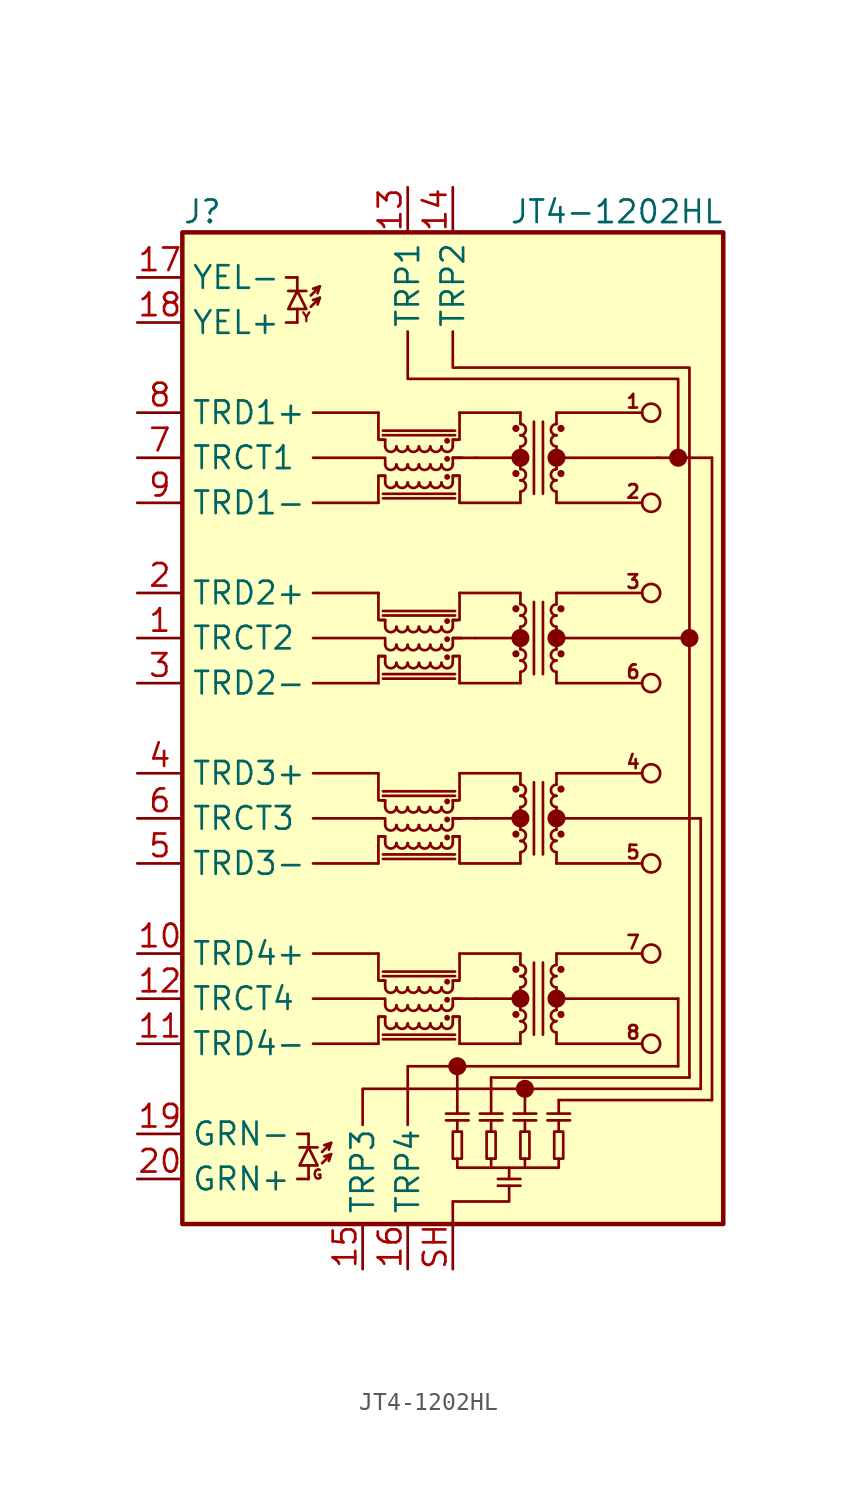
<source format=kicad_sym>
(kicad_symbol_lib
  (version 20231120)
  (generator "kicad_symbol_editor")
  (generator_version "8.0")
  (symbol "JT4-1202HL"
    (property "Reference" "J"
      (at 2.54 4.445 0)
      (effects (font (size 1.27 1.27)) (justify left top)))
    (property "Value" "JT4-1202HL"
      (at 20.955 4.445 0)
      (effects (font (size 1.27 1.27)) (justify left top)))
    (symbol "JT4-1202HL_0_0"
      (circle (center 18.034 -44.45) (radius 0.0001) (stroke (width 0.508) (type default)) (fill (type none)))
      (circle (center 21.59 -40.64) (radius 0.0001) (stroke (width 0.508) (type default)) (fill (type none)))
      (circle (center 21.59 -30.48) (radius 0.0001) (stroke (width 0.508) (type default)) (fill (type none)))
      (circle (center 21.59 -20.32) (radius 0.0001) (stroke (width 0.508) (type default)) (fill (type none)))
      (circle (center 21.59 -10.16) (radius 0.0001) (stroke (width 0.508) (type default)) (fill (type none)))
      (circle (center 21.844 -45.72) (radius 0.0001) (stroke (width 0.508) (type default)) (fill (type none)))
      (circle (center 23.622 -40.64) (radius 0.0001) (stroke (width 0.508) (type default)) (fill (type none)))
      (circle (center 23.622 -30.48) (radius 0.0001) (stroke (width 0.508) (type default)) (fill (type none)))
      (circle (center 23.622 -20.32) (radius 0.0001) (stroke (width 0.508) (type default)) (fill (type none)))
      (circle (center 23.622 -10.16) (radius 0.0001) (stroke (width 0.508) (type default)) (fill (type none)))
      (circle (center 30.48 -10.16) (radius 0.0001) (stroke (width 0.508) (type default)) (fill (type none)))
      (circle (center 31.115 -20.32) (radius 0.0001) (stroke (width 0.508) (type default)) (fill (type none)))
      (text "1" (at 27.94 -6.985 0) (effects (font (size 0.762 0.762))))
      (text "2" (at 27.94 -12.065 0) (effects (font (size 0.762 0.762))))
      (text "3" (at 27.94 -17.145 0) (effects (font (size 0.762 0.762))))
      (text "4" (at 27.94 -27.305 0) (effects (font (size 0.762 0.762))))
      (text "5" (at 27.94 -32.385 0) (effects (font (size 0.762 0.762))))
      (text "6" (at 27.94 -22.225 0) (effects (font (size 0.762 0.762))))
      (text "7" (at 27.94 -37.465 0) (effects (font (size 0.762 0.762))))
      (text "8" (at 27.94 -42.545 0) (effects (font (size 0.762 0.762))))
      (text "G" (at 10.16 -50.546 0) (effects (font (size 0.508 0.508)))))
    (symbol "JT4-1202HL_0_1"
      (polyline (pts (xy 9.906 -43.18) (xy 13.589 -43.18)) (stroke (width 0) (type default)) (fill (type none)))
      (polyline (pts (xy 9.906 -38.1) (xy 13.589 -38.1)) (stroke (width 0) (type default)) (fill (type none)))
      (polyline (pts (xy 9.906 -33.02) (xy 13.589 -33.02)) (stroke (width 0) (type default)) (fill (type none)))
      (polyline (pts (xy 9.906 -27.94) (xy 13.589 -27.94)) (stroke (width 0) (type default)) (fill (type none)))
      (polyline (pts (xy 9.906 -22.86) (xy 13.589 -22.86)) (stroke (width 0) (type default)) (fill (type none)))
      (polyline (pts (xy 9.906 -17.78) (xy 13.589 -17.78)) (stroke (width 0) (type default)) (fill (type none)))
      (polyline (pts (xy 9.906 -12.7) (xy 13.589 -12.7)) (stroke (width 0) (type default)) (fill (type none)))
      (polyline (pts (xy 9.906 -7.62) (xy 13.589 -7.62)) (stroke (width 0) (type default)) (fill (type none)))
      (polyline (pts (xy 17.399 -47.498) (xy 18.669 -47.498)) (stroke (width 0.152) (type default)) (fill (type none)))
      (polyline (pts (xy 17.399 -47.117) (xy 18.669 -47.117)) (stroke (width 0.152) (type default)) (fill (type none)))
      (polyline (pts (xy 17.78 -53.34) (xy 17.78 -52.07)) (stroke (width 0.152) (type default)) (fill (type none)))
      (polyline (pts (xy 17.78 -40.64) (xy 19.05 -40.64)) (stroke (width 0) (type default)) (fill (type none)))
      (polyline (pts (xy 17.78 -30.48) (xy 19.05 -30.48)) (stroke (width 0) (type default)) (fill (type none)))
      (polyline (pts (xy 17.78 -20.32) (xy 19.05 -20.32)) (stroke (width 0) (type default)) (fill (type none)))
      (polyline (pts (xy 17.78 -10.16) (xy 19.05 -10.16)) (stroke (width 0) (type default)) (fill (type none)))
      (polyline (pts (xy 17.907 -42.926) (xy 13.843 -42.926)) (stroke (width 0) (type default)) (fill (type none)))
      (polyline (pts (xy 17.907 -42.672) (xy 13.843 -42.672)) (stroke (width 0) (type default)) (fill (type none)))
      (polyline (pts (xy 17.907 -39.37) (xy 13.843 -39.37)) (stroke (width 0) (type default)) (fill (type none)))
      (polyline (pts (xy 17.907 -39.116) (xy 13.843 -39.116)) (stroke (width 0) (type default)) (fill (type none)))
      (polyline (pts (xy 17.907 -32.766) (xy 13.843 -32.766)) (stroke (width 0) (type default)) (fill (type none)))
      (polyline (pts (xy 17.907 -32.512) (xy 13.843 -32.512)) (stroke (width 0) (type default)) (fill (type none)))
      (polyline (pts (xy 17.907 -29.21) (xy 13.843 -29.21)) (stroke (width 0) (type default)) (fill (type none)))
      (polyline (pts (xy 17.907 -28.956) (xy 13.843 -28.956)) (stroke (width 0) (type default)) (fill (type none)))
      (polyline (pts (xy 17.907 -22.606) (xy 13.843 -22.606)) (stroke (width 0) (type default)) (fill (type none)))
      (polyline (pts (xy 17.907 -22.352) (xy 13.843 -22.352)) (stroke (width 0) (type default)) (fill (type none)))
      (polyline (pts (xy 17.907 -19.05) (xy 13.843 -19.05)) (stroke (width 0) (type default)) (fill (type none)))
      (polyline (pts (xy 17.907 -18.796) (xy 13.843 -18.796)) (stroke (width 0) (type default)) (fill (type none)))
      (polyline (pts (xy 17.907 -12.446) (xy 13.843 -12.446)) (stroke (width 0) (type default)) (fill (type none)))
      (polyline (pts (xy 17.907 -12.192) (xy 13.843 -12.192)) (stroke (width 0) (type default)) (fill (type none)))
      (polyline (pts (xy 17.907 -8.89) (xy 13.843 -8.89)) (stroke (width 0) (type default)) (fill (type none)))
      (polyline (pts (xy 17.907 -8.636) (xy 13.843 -8.636)) (stroke (width 0) (type default)) (fill (type none)))
      (polyline (pts (xy 18.034 -47.117) (xy 18.034 -44.45)) (stroke (width 0.152) (type default)) (fill (type none)))
      (polyline (pts (xy 18.034 -44.45) (xy 30.48 -44.45)) (stroke (width 0) (type default)) (fill (type none)))
      (polyline (pts (xy 18.161 -43.18) (xy 21.59 -43.18)) (stroke (width 0) (type default)) (fill (type none)))
      (polyline (pts (xy 18.161 -38.1) (xy 21.59 -38.1)) (stroke (width 0) (type default)) (fill (type none)))
      (polyline (pts (xy 18.161 -33.02) (xy 21.59 -33.02)) (stroke (width 0) (type default)) (fill (type none)))
      (polyline (pts (xy 18.161 -27.94) (xy 21.59 -27.94)) (stroke (width 0) (type default)) (fill (type none)))
      (polyline (pts (xy 18.161 -22.86) (xy 21.59 -22.86)) (stroke (width 0) (type default)) (fill (type none)))
      (polyline (pts (xy 18.161 -17.78) (xy 21.59 -17.78)) (stroke (width 0) (type default)) (fill (type none)))
      (polyline (pts (xy 18.161 -12.7) (xy 21.59 -12.7)) (stroke (width 0) (type default)) (fill (type none)))
      (polyline (pts (xy 18.161 -7.62) (xy 21.59 -7.62)) (stroke (width 0) (type default)) (fill (type none)))
      (polyline (pts (xy 19.05 -40.64) (xy 21.59 -40.64)) (stroke (width 0) (type default)) (fill (type none)))
      (polyline (pts (xy 19.05 -30.48) (xy 21.59 -30.48)) (stroke (width 0) (type default)) (fill (type none)))
      (polyline (pts (xy 19.05 -20.32) (xy 21.59 -20.32)) (stroke (width 0) (type default)) (fill (type none)))
      (polyline (pts (xy 19.05 -10.16) (xy 21.59 -10.16)) (stroke (width 0) (type default)) (fill (type none)))
      (polyline (pts (xy 19.304 -47.498) (xy 20.574 -47.498)) (stroke (width 0.152) (type default)) (fill (type none)))
      (polyline (pts (xy 19.304 -47.117) (xy 20.574 -47.117)) (stroke (width 0.152) (type default)) (fill (type none)))
      (polyline (pts (xy 19.939 -49.657) (xy 19.939 -50.165)) (stroke (width 0.152) (type default)) (fill (type none)))
      (polyline (pts (xy 19.939 -47.117) (xy 19.939 -45.085)) (stroke (width 0.152) (type default)) (fill (type none)))
      (polyline (pts (xy 21.209 -47.498) (xy 22.479 -47.498)) (stroke (width 0.152) (type default)) (fill (type none)))
      (polyline (pts (xy 21.209 -47.117) (xy 22.479 -47.117)) (stroke (width 0.152) (type default)) (fill (type none)))
      (polyline (pts (xy 21.59 -51.181) (xy 20.32 -51.181)) (stroke (width 0.152) (type default)) (fill (type none)))
      (polyline (pts (xy 21.59 -50.8) (xy 20.32 -50.8)) (stroke (width 0.152) (type default)) (fill (type none)))
      (polyline (pts (xy 21.59 -43.18) (xy 21.59 -42.545)) (stroke (width 0) (type default)) (fill (type none)))
      (polyline (pts (xy 21.59 -40.64) (xy 21.59 -41.275)) (stroke (width 0) (type default)) (fill (type none)))
      (polyline (pts (xy 21.59 -40.64) (xy 21.59 -40.005)) (stroke (width 0) (type default)) (fill (type none)))
      (polyline (pts (xy 21.59 -38.1) (xy 21.59 -38.735)) (stroke (width 0) (type default)) (fill (type none)))
      (polyline (pts (xy 21.59 -33.02) (xy 21.59 -32.385)) (stroke (width 0) (type default)) (fill (type none)))
      (polyline (pts (xy 21.59 -30.48) (xy 21.59 -31.115)) (stroke (width 0) (type default)) (fill (type none)))
      (polyline (pts (xy 21.59 -30.48) (xy 21.59 -29.845)) (stroke (width 0) (type default)) (fill (type none)))
      (polyline (pts (xy 21.59 -27.94) (xy 21.59 -28.575)) (stroke (width 0) (type default)) (fill (type none)))
      (polyline (pts (xy 21.59 -22.86) (xy 21.59 -22.225)) (stroke (width 0) (type default)) (fill (type none)))
      (polyline (pts (xy 21.59 -20.32) (xy 21.59 -20.955)) (stroke (width 0) (type default)) (fill (type none)))
      (polyline (pts (xy 21.59 -20.32) (xy 21.59 -19.685)) (stroke (width 0) (type default)) (fill (type none)))
      (polyline (pts (xy 21.59 -17.78) (xy 21.59 -18.415)) (stroke (width 0) (type default)) (fill (type none)))
      (polyline (pts (xy 21.59 -12.7) (xy 21.59 -12.065)) (stroke (width 0) (type default)) (fill (type none)))
      (polyline (pts (xy 21.59 -10.16) (xy 21.59 -10.795)) (stroke (width 0) (type default)) (fill (type none)))
      (polyline (pts (xy 21.59 -10.16) (xy 21.59 -9.525)) (stroke (width 0) (type default)) (fill (type none)))
      (polyline (pts (xy 21.59 -7.62) (xy 21.59 -8.255)) (stroke (width 0) (type default)) (fill (type none)))
      (polyline (pts (xy 21.844 -49.657) (xy 21.844 -50.165)) (stroke (width 0.152) (type default)) (fill (type none)))
      (polyline (pts (xy 21.844 -47.117) (xy 21.844 -45.72)) (stroke (width 0.152) (type default)) (fill (type none)))
      (polyline (pts (xy 22.352 -42.672) (xy 22.352 -38.608)) (stroke (width 0) (type default)) (fill (type none)))
      (polyline (pts (xy 22.352 -32.512) (xy 22.352 -28.448)) (stroke (width 0) (type default)) (fill (type none)))
      (polyline (pts (xy 22.352 -22.352) (xy 22.352 -18.288)) (stroke (width 0) (type default)) (fill (type none)))
      (polyline (pts (xy 22.352 -12.192) (xy 22.352 -8.128)) (stroke (width 0) (type default)) (fill (type none)))
      (polyline (pts (xy 22.86 -42.672) (xy 22.86 -38.608)) (stroke (width 0) (type default)) (fill (type none)))
      (polyline (pts (xy 22.86 -32.512) (xy 22.86 -28.448)) (stroke (width 0) (type default)) (fill (type none)))
      (polyline (pts (xy 22.86 -22.352) (xy 22.86 -18.288)) (stroke (width 0) (type default)) (fill (type none)))
      (polyline (pts (xy 22.86 -12.192) (xy 22.86 -8.128)) (stroke (width 0) (type default)) (fill (type none)))
      (polyline (pts (xy 23.114 -47.498) (xy 24.384 -47.498)) (stroke (width 0.152) (type default)) (fill (type none)))
      (polyline (pts (xy 23.114 -47.117) (xy 24.384 -47.117)) (stroke (width 0.152) (type default)) (fill (type none)))
      (polyline (pts (xy 23.622 -43.18) (xy 23.622 -42.545)) (stroke (width 0) (type default)) (fill (type none)))
      (polyline (pts (xy 23.622 -43.18) (xy 28.448 -43.18)) (stroke (width 0) (type default)) (fill (type none)))
      (polyline (pts (xy 23.622 -40.64) (xy 23.622 -41.275)) (stroke (width 0) (type default)) (fill (type none)))
      (polyline (pts (xy 23.622 -40.64) (xy 23.622 -40.005)) (stroke (width 0) (type default)) (fill (type none)))
      (polyline (pts (xy 23.622 -40.64) (xy 30.48 -40.64)) (stroke (width 0) (type default)) (fill (type none)))
      (polyline (pts (xy 23.622 -38.1) (xy 23.622 -38.735)) (stroke (width 0) (type default)) (fill (type none)))
      (polyline (pts (xy 23.622 -38.1) (xy 28.448 -38.1)) (stroke (width 0) (type default)) (fill (type none)))
      (polyline (pts (xy 23.622 -33.02) (xy 23.622 -32.385)) (stroke (width 0) (type default)) (fill (type none)))
      (polyline (pts (xy 23.622 -33.02) (xy 28.448 -33.02)) (stroke (width 0) (type default)) (fill (type none)))
      (polyline (pts (xy 23.622 -30.48) (xy 23.622 -31.115)) (stroke (width 0) (type default)) (fill (type none)))
      (polyline (pts (xy 23.622 -30.48) (xy 23.622 -29.845)) (stroke (width 0) (type default)) (fill (type none)))
      (polyline (pts (xy 23.622 -30.48) (xy 31.75 -30.48)) (stroke (width 0) (type default)) (fill (type none)))
      (polyline (pts (xy 23.622 -27.94) (xy 23.622 -28.575)) (stroke (width 0) (type default)) (fill (type none)))
      (polyline (pts (xy 23.622 -27.94) (xy 28.448 -27.94)) (stroke (width 0) (type default)) (fill (type none)))
      (polyline (pts (xy 23.622 -22.86) (xy 23.622 -22.225)) (stroke (width 0) (type default)) (fill (type none)))
      (polyline (pts (xy 23.622 -22.86) (xy 28.448 -22.86)) (stroke (width 0) (type default)) (fill (type none)))
      (polyline (pts (xy 23.622 -20.32) (xy 23.622 -20.955)) (stroke (width 0) (type default)) (fill (type none)))
      (polyline (pts (xy 23.622 -20.32) (xy 23.622 -19.685)) (stroke (width 0) (type default)) (fill (type none)))
      (polyline (pts (xy 23.622 -17.78) (xy 23.622 -18.415)) (stroke (width 0) (type default)) (fill (type none)))
      (polyline (pts (xy 23.622 -17.78) (xy 28.448 -17.78)) (stroke (width 0) (type default)) (fill (type none)))
      (polyline (pts (xy 23.622 -12.7) (xy 23.622 -12.065)) (stroke (width 0) (type default)) (fill (type none)))
      (polyline (pts (xy 23.622 -12.7) (xy 28.448 -12.7)) (stroke (width 0) (type default)) (fill (type none)))
      (polyline (pts (xy 23.622 -10.16) (xy 23.622 -10.795)) (stroke (width 0) (type default)) (fill (type none)))
      (polyline (pts (xy 23.622 -10.16) (xy 23.622 -9.525)) (stroke (width 0) (type default)) (fill (type none)))
      (polyline (pts (xy 23.622 -7.62) (xy 23.622 -8.255)) (stroke (width 0) (type default)) (fill (type none)))
      (polyline (pts (xy 23.622 -7.62) (xy 28.448 -7.62)) (stroke (width 0) (type default)) (fill (type none)))
      (polyline (pts (xy 23.749 -47.117) (xy 23.749 -46.355)) (stroke (width 0.152) (type default)) (fill (type none)))
      (polyline (pts (xy 29.337 -10.16) (xy 23.622 -10.16)) (stroke (width 0) (type default)) (fill (type none)))
      (polyline (pts (xy 30.48 -44.45) (xy 30.48 -40.64)) (stroke (width 0) (type default)) (fill (type none)))
      (polyline (pts (xy 31.115 -45.085) (xy 19.939 -45.085)) (stroke (width 0.152) (type default)) (fill (type none)))
      (polyline (pts (xy 31.115 -45.085) (xy 31.115 -20.32)) (stroke (width 0) (type default)) (fill (type none)))
      (polyline (pts (xy 31.115 -20.32) (xy 23.622 -20.32)) (stroke (width 0) (type default)) (fill (type none)))
      (polyline (pts (xy 31.75 -45.72) (xy 21.844 -45.72)) (stroke (width 0.152) (type default)) (fill (type none)))
      (polyline (pts (xy 31.75 -45.72) (xy 31.75 -30.48)) (stroke (width 0) (type default)) (fill (type none)))
      (polyline (pts (xy 32.385 -46.355) (xy 23.749 -46.355)) (stroke (width 0.152) (type default)) (fill (type none)))
      (polyline (pts (xy 32.385 -46.355) (xy 32.385 -10.16)) (stroke (width 0) (type default)) (fill (type none)))
      (polyline (pts (xy 32.385 -10.16) (xy 29.337 -10.16)) (stroke (width 0) (type default)) (fill (type none)))
      (polyline (pts (xy 13.97 -42.037) (xy 13.97 -41.656) (xy 13.589 -41.656)) (stroke (width 0) (type default)) (fill (type none)))
      (polyline (pts (xy 13.97 -41.656) (xy 13.589 -41.656) (xy 13.589 -43.18)) (stroke (width 0) (type default)) (fill (type none)))
      (polyline (pts (xy 13.97 -41.021) (xy 13.97 -40.64) (xy 9.906 -40.64)) (stroke (width 0) (type default)) (fill (type none)))
      (polyline (pts (xy 13.97 -40.005) (xy 13.97 -39.624) (xy 13.716 -39.624)) (stroke (width 0) (type default)) (fill (type none)))
      (polyline (pts (xy 13.97 -39.624) (xy 13.589 -39.624) (xy 13.589 -38.1)) (stroke (width 0) (type default)) (fill (type none)))
      (polyline (pts (xy 13.97 -31.877) (xy 13.97 -31.496) (xy 13.589 -31.496)) (stroke (width 0) (type default)) (fill (type none)))
      (polyline (pts (xy 13.97 -31.496) (xy 13.589 -31.496) (xy 13.589 -33.02)) (stroke (width 0) (type default)) (fill (type none)))
      (polyline (pts (xy 13.97 -30.861) (xy 13.97 -30.48) (xy 9.906 -30.48)) (stroke (width 0) (type default)) (fill (type none)))
      (polyline (pts (xy 13.97 -29.845) (xy 13.97 -29.464) (xy 13.716 -29.464)) (stroke (width 0) (type default)) (fill (type none)))
      (polyline (pts (xy 13.97 -29.464) (xy 13.589 -29.464) (xy 13.589 -27.94)) (stroke (width 0) (type default)) (fill (type none)))
      (polyline (pts (xy 13.97 -21.717) (xy 13.97 -21.336) (xy 13.589 -21.336)) (stroke (width 0) (type default)) (fill (type none)))
      (polyline (pts (xy 13.97 -21.336) (xy 13.589 -21.336) (xy 13.589 -22.86)) (stroke (width 0) (type default)) (fill (type none)))
      (polyline (pts (xy 13.97 -20.701) (xy 13.97 -20.32) (xy 9.906 -20.32)) (stroke (width 0) (type default)) (fill (type none)))
      (polyline (pts (xy 13.97 -19.685) (xy 13.97 -19.304) (xy 13.716 -19.304)) (stroke (width 0) (type default)) (fill (type none)))
      (polyline (pts (xy 13.97 -19.304) (xy 13.589 -19.304) (xy 13.589 -17.78)) (stroke (width 0) (type default)) (fill (type none)))
      (polyline (pts (xy 13.97 -11.557) (xy 13.97 -11.176) (xy 13.589 -11.176)) (stroke (width 0) (type default)) (fill (type none)))
      (polyline (pts (xy 13.97 -11.176) (xy 13.589 -11.176) (xy 13.589 -12.7)) (stroke (width 0) (type default)) (fill (type none)))
      (polyline (pts (xy 13.97 -10.541) (xy 13.97 -10.16) (xy 9.906 -10.16)) (stroke (width 0) (type default)) (fill (type none)))
      (polyline (pts (xy 13.97 -9.525) (xy 13.97 -9.144) (xy 13.716 -9.144)) (stroke (width 0) (type default)) (fill (type none)))
      (polyline (pts (xy 13.97 -9.144) (xy 13.589 -9.144) (xy 13.589 -7.62)) (stroke (width 0) (type default)) (fill (type none)))
      (polyline (pts (xy 15.24 -47.752) (xy 15.24 -44.45) (xy 18.034 -44.45)) (stroke (width 0.152) (type default)) (fill (type none)))
      (polyline (pts (xy 17.78 -52.07) (xy 20.955 -52.07) (xy 20.955 -51.181)) (stroke (width 0.152) (type default)) (fill (type none)))
      (polyline (pts (xy 17.78 -42.037) (xy 17.78 -41.656) (xy 18.161 -41.656)) (stroke (width 0) (type default)) (fill (type none)))
      (polyline (pts (xy 17.78 -41.656) (xy 18.161 -41.656) (xy 18.161 -43.18)) (stroke (width 0) (type default)) (fill (type none)))
      (polyline (pts (xy 17.78 -41.021) (xy 17.78 -40.64) (xy 18.288 -40.64)) (stroke (width 0) (type default)) (fill (type none)))
      (polyline (pts (xy 17.78 -40.005) (xy 17.78 -39.624) (xy 18.034 -39.624)) (stroke (width 0) (type default)) (fill (type none)))
      (polyline (pts (xy 17.78 -39.624) (xy 18.161 -39.624) (xy 18.161 -38.1)) (stroke (width 0) (type default)) (fill (type none)))
      (polyline (pts (xy 17.78 -31.877) (xy 17.78 -31.496) (xy 18.161 -31.496)) (stroke (width 0) (type default)) (fill (type none)))
      (polyline (pts (xy 17.78 -31.496) (xy 18.161 -31.496) (xy 18.161 -33.02)) (stroke (width 0) (type default)) (fill (type none)))
      (polyline (pts (xy 17.78 -30.861) (xy 17.78 -30.48) (xy 18.288 -30.48)) (stroke (width 0) (type default)) (fill (type none)))
      (polyline (pts (xy 17.78 -29.845) (xy 17.78 -29.464) (xy 18.034 -29.464)) (stroke (width 0) (type default)) (fill (type none)))
      (polyline (pts (xy 17.78 -29.464) (xy 18.161 -29.464) (xy 18.161 -27.94)) (stroke (width 0) (type default)) (fill (type none)))
      (polyline (pts (xy 17.78 -21.717) (xy 17.78 -21.336) (xy 18.161 -21.336)) (stroke (width 0) (type default)) (fill (type none)))
      (polyline (pts (xy 17.78 -21.336) (xy 18.161 -21.336) (xy 18.161 -22.86)) (stroke (width 0) (type default)) (fill (type none)))
      (polyline (pts (xy 17.78 -20.701) (xy 17.78 -20.32) (xy 18.288 -20.32)) (stroke (width 0) (type default)) (fill (type none)))
      (polyline (pts (xy 17.78 -19.685) (xy 17.78 -19.304) (xy 18.034 -19.304)) (stroke (width 0) (type default)) (fill (type none)))
      (polyline (pts (xy 17.78 -19.304) (xy 18.161 -19.304) (xy 18.161 -17.78)) (stroke (width 0) (type default)) (fill (type none)))
      (polyline (pts (xy 17.78 -11.557) (xy 17.78 -11.176) (xy 18.161 -11.176)) (stroke (width 0) (type default)) (fill (type none)))
      (polyline (pts (xy 17.78 -11.176) (xy 18.161 -11.176) (xy 18.161 -12.7)) (stroke (width 0) (type default)) (fill (type none)))
      (polyline (pts (xy 17.78 -10.541) (xy 17.78 -10.16) (xy 18.288 -10.16)) (stroke (width 0) (type default)) (fill (type none)))
      (polyline (pts (xy 17.78 -9.525) (xy 17.78 -9.144) (xy 18.034 -9.144)) (stroke (width 0) (type default)) (fill (type none)))
      (polyline (pts (xy 17.78 -9.144) (xy 18.161 -9.144) (xy 18.161 -7.62)) (stroke (width 0) (type default)) (fill (type none)))
      (polyline (pts (xy 21.844 -45.72) (xy 12.7 -45.72) (xy 12.7 -47.752)) (stroke (width 0.152) (type default)) (fill (type none)))
      (polyline (pts (xy 15.24 -3.048) (xy 15.24 -5.715) (xy 30.48 -5.715) (xy 30.48 -10.16)) (stroke (width 0.152) (type default)) (fill (type none)))
      (polyline (pts (xy 18.034 -49.657) (xy 18.034 -50.165) (xy 23.749 -50.165) (xy 23.749 -49.657)) (stroke (width 0.152) (type default)) (fill (type none)))
      (polyline (pts (xy 31.115 -20.32) (xy 31.115 -5.08) (xy 17.78 -5.08) (xy 17.78 -3.048)) (stroke (width 0.152) (type default)) (fill (type none)))
      (rectangle (start 2.54 2.54) (end 33.02 -53.34) (stroke (width 0.254) (type default)) (fill (type background)))
      (arc (start 13.97 -42.037) (mid 14.2875 -42.3421) (end 14.605 -42.037) (stroke (width 0) (type default)) (fill (type none)))
      (arc (start 13.97 -41.021) (mid 14.2875 -41.3261) (end 14.605 -41.021) (stroke (width 0) (type default)) (fill (type none)))
      (arc (start 13.97 -40.005) (mid 14.2875 -40.3101) (end 14.605 -40.005) (stroke (width 0) (type default)) (fill (type none)))
      (arc (start 13.97 -31.877) (mid 14.2875 -32.1821) (end 14.605 -31.877) (stroke (width 0) (type default)) (fill (type none)))
      (arc (start 13.97 -30.861) (mid 14.2875 -31.1661) (end 14.605 -30.861) (stroke (width 0) (type default)) (fill (type none)))
      (arc (start 13.97 -29.845) (mid 14.2875 -30.1501) (end 14.605 -29.845) (stroke (width 0) (type default)) (fill (type none)))
      (arc (start 13.97 -21.717) (mid 14.2875 -22.0221) (end 14.605 -21.717) (stroke (width 0) (type default)) (fill (type none)))
      (arc (start 13.97 -20.701) (mid 14.2875 -21.0061) (end 14.605 -20.701) (stroke (width 0) (type default)) (fill (type none)))
      (arc (start 13.97 -19.685) (mid 14.2875 -19.9901) (end 14.605 -19.685) (stroke (width 0) (type default)) (fill (type none)))
      (arc (start 13.97 -11.557) (mid 14.2875 -11.8621) (end 14.605 -11.557) (stroke (width 0) (type default)) (fill (type none)))
      (arc (start 13.97 -10.541) (mid 14.2875 -10.8461) (end 14.605 -10.541) (stroke (width 0) (type default)) (fill (type none)))
      (arc (start 13.97 -9.525) (mid 14.2875 -9.8301) (end 14.605 -9.525) (stroke (width 0) (type default)) (fill (type none)))
      (arc (start 14.605 -42.037) (mid 14.9225 -42.3421) (end 15.24 -42.037) (stroke (width 0) (type default)) (fill (type none)))
      (arc (start 14.605 -41.021) (mid 14.9225 -41.3261) (end 15.24 -41.021) (stroke (width 0) (type default)) (fill (type none)))
      (arc (start 14.605 -40.005) (mid 14.9225 -40.3101) (end 15.24 -40.005) (stroke (width 0) (type default)) (fill (type none)))
      (arc (start 14.605 -31.877) (mid 14.9225 -32.1821) (end 15.24 -31.877) (stroke (width 0) (type default)) (fill (type none)))
      (arc (start 14.605 -30.861) (mid 14.9225 -31.1661) (end 15.24 -30.861) (stroke (width 0) (type default)) (fill (type none)))
      (arc (start 14.605 -29.845) (mid 14.9225 -30.1501) (end 15.24 -29.845) (stroke (width 0) (type default)) (fill (type none)))
      (arc (start 14.605 -21.717) (mid 14.9225 -22.0221) (end 15.24 -21.717) (stroke (width 0) (type default)) (fill (type none)))
      (arc (start 14.605 -20.701) (mid 14.9225 -21.0061) (end 15.24 -20.701) (stroke (width 0) (type default)) (fill (type none)))
      (arc (start 14.605 -19.685) (mid 14.9225 -19.9901) (end 15.24 -19.685) (stroke (width 0) (type default)) (fill (type none)))
      (arc (start 14.605 -11.557) (mid 14.9225 -11.8621) (end 15.24 -11.557) (stroke (width 0) (type default)) (fill (type none)))
      (arc (start 14.605 -10.541) (mid 14.9225 -10.8461) (end 15.24 -10.541) (stroke (width 0) (type default)) (fill (type none)))
      (arc (start 14.605 -9.525) (mid 14.9225 -9.8301) (end 15.24 -9.525) (stroke (width 0) (type default)) (fill (type none)))
      (arc (start 15.24 -42.037) (mid 15.5575 -42.3421) (end 15.875 -42.037) (stroke (width 0) (type default)) (fill (type none)))
      (arc (start 15.24 -41.021) (mid 15.5575 -41.3261) (end 15.875 -41.021) (stroke (width 0) (type default)) (fill (type none)))
      (arc (start 15.24 -40.005) (mid 15.5575 -40.3101) (end 15.875 -40.005) (stroke (width 0) (type default)) (fill (type none)))
      (arc (start 15.24 -31.877) (mid 15.5575 -32.1821) (end 15.875 -31.877) (stroke (width 0) (type default)) (fill (type none)))
      (arc (start 15.24 -30.861) (mid 15.5575 -31.1661) (end 15.875 -30.861) (stroke (width 0) (type default)) (fill (type none)))
      (arc (start 15.24 -29.845) (mid 15.5575 -30.1501) (end 15.875 -29.845) (stroke (width 0) (type default)) (fill (type none)))
      (arc (start 15.24 -21.717) (mid 15.5575 -22.0221) (end 15.875 -21.717) (stroke (width 0) (type default)) (fill (type none)))
      (arc (start 15.24 -20.701) (mid 15.5575 -21.0061) (end 15.875 -20.701) (stroke (width 0) (type default)) (fill (type none)))
      (arc (start 15.24 -19.685) (mid 15.5575 -19.9901) (end 15.875 -19.685) (stroke (width 0) (type default)) (fill (type none)))
      (arc (start 15.24 -11.557) (mid 15.5575 -11.8621) (end 15.875 -11.557) (stroke (width 0) (type default)) (fill (type none)))
      (arc (start 15.24 -10.541) (mid 15.5575 -10.8461) (end 15.875 -10.541) (stroke (width 0) (type default)) (fill (type none)))
      (arc (start 15.24 -9.525) (mid 15.5575 -9.8301) (end 15.875 -9.525) (stroke (width 0) (type default)) (fill (type none)))
      (arc (start 15.875 -42.037) (mid 16.1925 -42.3421) (end 16.51 -42.037) (stroke (width 0) (type default)) (fill (type none)))
      (arc (start 15.875 -41.021) (mid 16.1925 -41.3261) (end 16.51 -41.021) (stroke (width 0) (type default)) (fill (type none)))
      (arc (start 15.875 -40.005) (mid 16.1925 -40.3101) (end 16.51 -40.005) (stroke (width 0) (type default)) (fill (type none)))
      (arc (start 15.875 -31.877) (mid 16.1925 -32.1821) (end 16.51 -31.877) (stroke (width 0) (type default)) (fill (type none)))
      (arc (start 15.875 -30.861) (mid 16.1925 -31.1661) (end 16.51 -30.861) (stroke (width 0) (type default)) (fill (type none)))
      (arc (start 15.875 -29.845) (mid 16.1925 -30.1501) (end 16.51 -29.845) (stroke (width 0) (type default)) (fill (type none)))
      (arc (start 15.875 -21.717) (mid 16.1925 -22.0221) (end 16.51 -21.717) (stroke (width 0) (type default)) (fill (type none)))
      (arc (start 15.875 -20.701) (mid 16.1925 -21.0061) (end 16.51 -20.701) (stroke (width 0) (type default)) (fill (type none)))
      (arc (start 15.875 -19.685) (mid 16.1925 -19.9901) (end 16.51 -19.685) (stroke (width 0) (type default)) (fill (type none)))
      (arc (start 15.875 -11.557) (mid 16.1925 -11.8621) (end 16.51 -11.557) (stroke (width 0) (type default)) (fill (type none)))
      (arc (start 15.875 -10.541) (mid 16.1925 -10.8461) (end 16.51 -10.541) (stroke (width 0) (type default)) (fill (type none)))
      (arc (start 15.875 -9.525) (mid 16.1925 -9.8301) (end 16.51 -9.525) (stroke (width 0) (type default)) (fill (type none)))
      (arc (start 16.51 -42.037) (mid 16.8275 -42.3421) (end 17.145 -42.037) (stroke (width 0) (type default)) (fill (type none)))
      (arc (start 16.51 -41.021) (mid 16.8275 -41.3261) (end 17.145 -41.021) (stroke (width 0) (type default)) (fill (type none)))
      (arc (start 16.51 -40.005) (mid 16.8275 -40.3101) (end 17.145 -40.005) (stroke (width 0) (type default)) (fill (type none)))
      (arc (start 16.51 -31.877) (mid 16.8275 -32.1821) (end 17.145 -31.877) (stroke (width 0) (type default)) (fill (type none)))
      (arc (start 16.51 -30.861) (mid 16.8275 -31.1661) (end 17.145 -30.861) (stroke (width 0) (type default)) (fill (type none)))
      (arc (start 16.51 -29.845) (mid 16.8275 -30.1501) (end 17.145 -29.845) (stroke (width 0) (type default)) (fill (type none)))
      (arc (start 16.51 -21.717) (mid 16.8275 -22.0221) (end 17.145 -21.717) (stroke (width 0) (type default)) (fill (type none)))
      (arc (start 16.51 -20.701) (mid 16.8275 -21.0061) (end 17.145 -20.701) (stroke (width 0) (type default)) (fill (type none)))
      (arc (start 16.51 -19.685) (mid 16.8275 -19.9901) (end 17.145 -19.685) (stroke (width 0) (type default)) (fill (type none)))
      (arc (start 16.51 -11.557) (mid 16.8275 -11.8621) (end 17.145 -11.557) (stroke (width 0) (type default)) (fill (type none)))
      (arc (start 16.51 -10.541) (mid 16.8275 -10.8461) (end 17.145 -10.541) (stroke (width 0) (type default)) (fill (type none)))
      (arc (start 16.51 -9.525) (mid 16.8275 -9.8301) (end 17.145 -9.525) (stroke (width 0) (type default)) (fill (type none)))
      (arc (start 17.145 -42.037) (mid 17.4625 -42.3421) (end 17.78 -42.037) (stroke (width 0) (type default)) (fill (type none)))
      (arc (start 17.145 -41.021) (mid 17.4625 -41.3261) (end 17.78 -41.021) (stroke (width 0) (type default)) (fill (type none)))
      (arc (start 17.145 -40.005) (mid 17.4625 -40.3101) (end 17.78 -40.005) (stroke (width 0) (type default)) (fill (type none)))
      (arc (start 17.145 -31.877) (mid 17.4625 -32.1821) (end 17.78 -31.877) (stroke (width 0) (type default)) (fill (type none)))
      (arc (start 17.145 -30.861) (mid 17.4625 -31.1661) (end 17.78 -30.861) (stroke (width 0) (type default)) (fill (type none)))
      (arc (start 17.145 -29.845) (mid 17.4625 -30.1501) (end 17.78 -29.845) (stroke (width 0) (type default)) (fill (type none)))
      (arc (start 17.145 -21.717) (mid 17.4625 -22.0221) (end 17.78 -21.717) (stroke (width 0) (type default)) (fill (type none)))
      (arc (start 17.145 -20.701) (mid 17.4625 -21.0061) (end 17.78 -20.701) (stroke (width 0) (type default)) (fill (type none)))
      (arc (start 17.145 -19.685) (mid 17.4625 -19.9901) (end 17.78 -19.685) (stroke (width 0) (type default)) (fill (type none)))
      (arc (start 17.145 -11.557) (mid 17.4625 -11.8621) (end 17.78 -11.557) (stroke (width 0) (type default)) (fill (type none)))
      (arc (start 17.145 -10.541) (mid 17.4625 -10.8461) (end 17.78 -10.541) (stroke (width 0) (type default)) (fill (type none)))
      (arc (start 17.145 -9.525) (mid 17.4625 -9.8301) (end 17.78 -9.525) (stroke (width 0) (type default)) (fill (type none)))
      (circle (center 17.462 -41.719) (radius 0.09) (stroke (width 0) (type default)) (fill (type outline)))
      (circle (center 17.462 -40.703) (radius 0.09) (stroke (width 0) (type default)) (fill (type outline)))
      (circle (center 17.462 -39.688) (radius 0.09) (stroke (width 0) (type default)) (fill (type outline)))
      (circle (center 17.462 -31.559) (radius 0.09) (stroke (width 0) (type default)) (fill (type outline)))
      (circle (center 17.462 -30.544) (radius 0.09) (stroke (width 0) (type default)) (fill (type outline)))
      (circle (center 17.462 -29.527) (radius 0.09) (stroke (width 0) (type default)) (fill (type outline)))
      (circle (center 17.462 -21.399) (radius 0.09) (stroke (width 0) (type default)) (fill (type outline)))
      (circle (center 17.462 -20.384) (radius 0.09) (stroke (width 0) (type default)) (fill (type outline)))
      (circle (center 17.462 -19.367) (radius 0.09) (stroke (width 0) (type default)) (fill (type outline)))
      (circle (center 17.462 -11.239) (radius 0.09) (stroke (width 0) (type default)) (fill (type outline)))
      (circle (center 17.462 -10.223) (radius 0.09) (stroke (width 0) (type default)) (fill (type outline)))
      (circle (center 17.462 -9.207) (radius 0.09) (stroke (width 0) (type default)) (fill (type outline)))
      (rectangle (start 17.78 -48.133) (end 18.288 -49.657) (stroke (width 0.152) (type default)) (fill (type none)))
      (rectangle (start 18.034 -48.133) (end 18.034 -47.498) (stroke (width 0.152) (type default)) (fill (type none)))
      (rectangle (start 19.685 -48.133) (end 20.193 -49.657) (stroke (width 0.152) (type default)) (fill (type none)))
      (rectangle (start 19.939 -48.133) (end 19.939 -47.498) (stroke (width 0.152) (type default)) (fill (type none)))
      (rectangle (start 20.955 -50.165) (end 20.955 -50.8) (stroke (width 0.152) (type default)) (fill (type none)))
      (circle (center 21.336 -41.529) (radius 0.127) (stroke (width 0) (type default)) (fill (type outline)))
      (circle (center 21.336 -38.989) (radius 0.127) (stroke (width 0) (type default)) (fill (type outline)))
      (circle (center 21.336 -31.369) (radius 0.127) (stroke (width 0) (type default)) (fill (type outline)))
      (circle (center 21.336 -28.829) (radius 0.127) (stroke (width 0) (type default)) (fill (type outline)))
      (circle (center 21.336 -21.209) (radius 0.127) (stroke (width 0) (type default)) (fill (type outline)))
      (circle (center 21.336 -18.669) (radius 0.127) (stroke (width 0) (type default)) (fill (type outline)))
      (circle (center 21.336 -11.049) (radius 0.127) (stroke (width 0) (type default)) (fill (type outline)))
      (circle (center 21.336 -8.509) (radius 0.127) (stroke (width 0) (type default)) (fill (type outline)))
      (rectangle (start 21.59 -48.133) (end 22.098 -49.657) (stroke (width 0.152) (type default)) (fill (type none)))
      (arc (start 21.59 -42.545) (mid 21.8951 -42.2275) (end 21.59 -41.91) (stroke (width 0) (type default)) (fill (type none)))
      (arc (start 21.59 -41.91) (mid 21.8951 -41.5925) (end 21.59 -41.275) (stroke (width 0) (type default)) (fill (type none)))
      (arc (start 21.59 -40.005) (mid 21.8951 -39.6875) (end 21.59 -39.37) (stroke (width 0) (type default)) (fill (type none)))
      (arc (start 21.59 -39.37) (mid 21.8951 -39.0525) (end 21.59 -38.735) (stroke (width 0) (type default)) (fill (type none)))
      (arc (start 21.59 -32.385) (mid 21.8951 -32.0675) (end 21.59 -31.75) (stroke (width 0) (type default)) (fill (type none)))
      (arc (start 21.59 -31.75) (mid 21.8951 -31.4325) (end 21.59 -31.115) (stroke (width 0) (type default)) (fill (type none)))
      (arc (start 21.59 -29.845) (mid 21.8951 -29.5275) (end 21.59 -29.21) (stroke (width 0) (type default)) (fill (type none)))
      (arc (start 21.59 -29.21) (mid 21.8951 -28.8925) (end 21.59 -28.575) (stroke (width 0) (type default)) (fill (type none)))
      (arc (start 21.59 -22.225) (mid 21.8951 -21.9075) (end 21.59 -21.59) (stroke (width 0) (type default)) (fill (type none)))
      (arc (start 21.59 -21.59) (mid 21.8951 -21.2725) (end 21.59 -20.955) (stroke (width 0) (type default)) (fill (type none)))
      (arc (start 21.59 -19.685) (mid 21.8951 -19.3675) (end 21.59 -19.05) (stroke (width 0) (type default)) (fill (type none)))
      (arc (start 21.59 -19.05) (mid 21.8951 -18.7325) (end 21.59 -18.415) (stroke (width 0) (type default)) (fill (type none)))
      (arc (start 21.59 -12.065) (mid 21.8951 -11.7475) (end 21.59 -11.43) (stroke (width 0) (type default)) (fill (type none)))
      (arc (start 21.59 -11.43) (mid 21.8951 -11.1125) (end 21.59 -10.795) (stroke (width 0) (type default)) (fill (type none)))
      (arc (start 21.59 -9.525) (mid 21.8951 -9.2075) (end 21.59 -8.89) (stroke (width 0) (type default)) (fill (type none)))
      (arc (start 21.59 -8.89) (mid 21.8951 -8.5725) (end 21.59 -8.255) (stroke (width 0) (type default)) (fill (type none)))
      (rectangle (start 21.844 -48.133) (end 21.844 -47.498) (stroke (width 0.152) (type default)) (fill (type none)))
      (rectangle (start 23.495 -48.133) (end 24.003 -49.657) (stroke (width 0.152) (type default)) (fill (type none)))
      (arc (start 23.622 -41.91) (mid 23.3169 -42.2275) (end 23.622 -42.545) (stroke (width 0) (type default)) (fill (type none)))
      (arc (start 23.622 -41.275) (mid 23.3169 -41.5925) (end 23.622 -41.91) (stroke (width 0) (type default)) (fill (type none)))
      (arc (start 23.622 -39.37) (mid 23.3169 -39.6875) (end 23.622 -40.005) (stroke (width 0) (type default)) (fill (type none)))
      (arc (start 23.622 -38.735) (mid 23.3169 -39.0525) (end 23.622 -39.37) (stroke (width 0) (type default)) (fill (type none)))
      (arc (start 23.622 -31.75) (mid 23.3169 -32.0675) (end 23.622 -32.385) (stroke (width 0) (type default)) (fill (type none)))
      (arc (start 23.622 -31.115) (mid 23.3169 -31.4325) (end 23.622 -31.75) (stroke (width 0) (type default)) (fill (type none)))
      (arc (start 23.622 -29.21) (mid 23.3169 -29.5275) (end 23.622 -29.845) (stroke (width 0) (type default)) (fill (type none)))
      (arc (start 23.622 -28.575) (mid 23.3169 -28.8925) (end 23.622 -29.21) (stroke (width 0) (type default)) (fill (type none)))
      (arc (start 23.622 -21.59) (mid 23.3169 -21.9075) (end 23.622 -22.225) (stroke (width 0) (type default)) (fill (type none)))
      (arc (start 23.622 -20.955) (mid 23.3169 -21.2725) (end 23.622 -21.59) (stroke (width 0) (type default)) (fill (type none)))
      (arc (start 23.622 -19.05) (mid 23.3169 -19.3675) (end 23.622 -19.685) (stroke (width 0) (type default)) (fill (type none)))
      (arc (start 23.622 -18.415) (mid 23.3169 -18.7325) (end 23.622 -19.05) (stroke (width 0) (type default)) (fill (type none)))
      (arc (start 23.622 -11.43) (mid 23.3169 -11.7475) (end 23.622 -12.065) (stroke (width 0) (type default)) (fill (type none)))
      (arc (start 23.622 -10.795) (mid 23.3169 -11.1125) (end 23.622 -11.43) (stroke (width 0) (type default)) (fill (type none)))
      (arc (start 23.622 -8.89) (mid 23.3169 -9.2075) (end 23.622 -9.525) (stroke (width 0) (type default)) (fill (type none)))
      (arc (start 23.622 -8.255) (mid 23.3169 -8.5725) (end 23.622 -8.89) (stroke (width 0) (type default)) (fill (type none)))
      (rectangle (start 23.749 -48.133) (end 23.749 -47.498) (stroke (width 0.152) (type default)) (fill (type none)))
      (circle (center 23.876 -41.529) (radius 0.127) (stroke (width 0) (type default)) (fill (type outline)))
      (circle (center 23.876 -38.989) (radius 0.127) (stroke (width 0) (type default)) (fill (type outline)))
      (circle (center 23.876 -31.369) (radius 0.127) (stroke (width 0) (type default)) (fill (type outline)))
      (circle (center 23.876 -28.829) (radius 0.127) (stroke (width 0) (type default)) (fill (type outline)))
      (circle (center 23.876 -21.209) (radius 0.127) (stroke (width 0) (type default)) (fill (type outline)))
      (circle (center 23.876 -18.669) (radius 0.127) (stroke (width 0) (type default)) (fill (type outline)))
      (circle (center 23.876 -11.049) (radius 0.127) (stroke (width 0) (type default)) (fill (type outline)))
      (circle (center 23.876 -8.509) (radius 0.127) (stroke (width 0) (type default)) (fill (type outline)))
      (circle (center 28.956 -43.18) (radius 0.508) (stroke (width 0) (type default)) (fill (type none)))
      (circle (center 28.956 -38.1) (radius 0.508) (stroke (width 0) (type default)) (fill (type none)))
      (circle (center 28.956 -33.02) (radius 0.508) (stroke (width 0) (type default)) (fill (type none)))
      (circle (center 28.956 -27.94) (radius 0.508) (stroke (width 0) (type default)) (fill (type none)))
      (circle (center 28.956 -22.86) (radius 0.508) (stroke (width 0) (type default)) (fill (type none)))
      (circle (center 28.956 -17.78) (radius 0.508) (stroke (width 0) (type default)) (fill (type none)))
      (circle (center 28.956 -12.7) (radius 0.508) (stroke (width 0) (type default)) (fill (type none)))
      (circle (center 28.956 -7.62) (radius 0.508) (stroke (width 0) (type default)) (fill (type none))))
    (symbol "JT4-1202HL_1_0"
      (text "Y" (at 9.525 -2.54 0) (effects (font (size 0.508 0.508)) (justify bottom))))
    (symbol "JT4-1202HL_1_1"
      (polyline (pts (xy 8.382 -2.54) (xy 9.017 -2.54)) (stroke (width 0) (type default)) (fill (type none)))
      (polyline (pts (xy 8.382 0) (xy 9.017 0)) (stroke (width 0) (type default)) (fill (type none)))
      (polyline (pts (xy 8.509 -0.762) (xy 9.525 -0.762)) (stroke (width 0) (type default)) (fill (type none)))
      (polyline (pts (xy 9.017 -50.8) (xy 9.652 -50.8)) (stroke (width 0) (type default)) (fill (type none)))
      (polyline (pts (xy 9.017 -48.26) (xy 9.652 -48.26)) (stroke (width 0) (type default)) (fill (type none)))
      (polyline (pts (xy 9.017 -2.54) (xy 9.017 -1.778)) (stroke (width 0) (type default)) (fill (type none)))
      (polyline (pts (xy 9.017 0) (xy 9.017 -0.762)) (stroke (width 0) (type default)) (fill (type none)))
      (polyline (pts (xy 9.144 -49.022) (xy 10.16 -49.022)) (stroke (width 0) (type default)) (fill (type none)))
      (polyline (pts (xy 9.652 -50.8) (xy 9.652 -50.038)) (stroke (width 0) (type default)) (fill (type none)))
      (polyline (pts (xy 9.652 -48.26) (xy 9.652 -49.022)) (stroke (width 0) (type default)) (fill (type none)))
      (polyline (pts (xy 10.287 -1.143) (xy 10.16 -1.524)) (stroke (width 0) (type default)) (fill (type none)))
      (polyline (pts (xy 10.287 -0.508) (xy 10.16 -0.889)) (stroke (width 0) (type default)) (fill (type none)))
      (polyline (pts (xy 10.922 -49.403) (xy 10.795 -49.784)) (stroke (width 0) (type default)) (fill (type none)))
      (polyline (pts (xy 10.922 -48.768) (xy 10.795 -49.149)) (stroke (width 0) (type default)) (fill (type none)))
      (polyline (pts (xy 9.779 -1.651) (xy 10.287 -1.143) (xy 9.906 -1.27)) (stroke (width 0) (type default)) (fill (type none)))
      (polyline (pts (xy 9.779 -1.016) (xy 10.287 -0.508) (xy 9.906 -0.635)) (stroke (width 0) (type default)) (fill (type none)))
      (polyline (pts (xy 10.414 -49.911) (xy 10.922 -49.403) (xy 10.541 -49.53)) (stroke (width 0) (type default)) (fill (type none)))
      (polyline (pts (xy 10.414 -49.276) (xy 10.922 -48.768) (xy 10.541 -48.895)) (stroke (width 0) (type default)) (fill (type none)))
      (polyline (pts (xy 9.017 -0.762) (xy 8.509 -1.778) (xy 9.525 -1.778) (xy 9.017 -0.762)) (stroke (width 0) (type default)) (fill (type none)))
      (polyline (pts (xy 9.652 -49.022) (xy 9.144 -50.038) (xy 10.16 -50.038) (xy 9.652 -49.022)) (stroke (width 0) (type default)) (fill (type none)))
      (pin passive line (at 0 -20.32 0) (length 2.54) (name "TRCT2" (effects (font (size 1.27 1.27)))) (number "1" (effects (font (size 1.27 1.27)))))
      (pin passive line (at 0 -38.1 0) (length 2.54) (name "TRD4+" (effects (font (size 1.27 1.27)))) (number "10" (effects (font (size 1.27 1.27)))))
      (pin passive line (at 0 -43.18 0) (length 2.54) (name "TRD4-" (effects (font (size 1.27 1.27)))) (number "11" (effects (font (size 1.27 1.27)))))
      (pin passive line (at 0 -40.64 0) (length 2.54) (name "TRCT4" (effects (font (size 1.27 1.27)))) (number "12" (effects (font (size 1.27 1.27)))))
      (pin passive line (at 15.24 5.08 270) (length 2.54) (name "TRP1" (effects (font (size 1.27 1.27)))) (number "13" (effects (font (size 1.27 1.27)))))
      (pin passive line (at 17.78 5.08 270) (length 2.54) (name "TRP2" (effects (font (size 1.27 1.27)))) (number "14" (effects (font (size 1.27 1.27)))))
      (pin passive line (at 12.7 -55.88 90) (length 2.54) (name "TRP3" (effects (font (size 1.27 1.27)))) (number "15" (effects (font (size 1.27 1.27)))))
      (pin passive line (at 15.24 -55.88 90) (length 2.54) (name "TRP4" (effects (font (size 1.27 1.27)))) (number "16" (effects (font (size 1.27 1.27)))))
      (pin passive line (at 0 0 0) (length 2.54) (name "YEL-" (effects (font (size 1.27 1.27)))) (number "17" (effects (font (size 1.27 1.27)))))
      (pin passive line (at 0 -2.54 0) (length 2.54) (name "YEL+" (effects (font (size 1.27 1.27)))) (number "18" (effects (font (size 1.27 1.27)))))
      (pin passive line (at 0 -48.26 0) (length 2.54) (name "GRN-" (effects (font (size 1.27 1.27)))) (number "19" (effects (font (size 1.27 1.27)))))
      (pin passive line (at 0 -17.78 0) (length 2.54) (name "TRD2+" (effects (font (size 1.27 1.27)))) (number "2" (effects (font (size 1.27 1.27)))))
      (pin passive line (at 0 -50.8 0) (length 2.54) (name "GRN+" (effects (font (size 1.27 1.27)))) (number "20" (effects (font (size 1.27 1.27)))))
      (pin passive line (at 0 -22.86 0) (length 2.54) (name "TRD2-" (effects (font (size 1.27 1.27)))) (number "3" (effects (font (size 1.27 1.27)))))
      (pin passive line (at 0 -27.94 0) (length 2.54) (name "TRD3+" (effects (font (size 1.27 1.27)))) (number "4" (effects (font (size 1.27 1.27)))))
      (pin passive line (at 0 -33.02 0) (length 2.54) (name "TRD3-" (effects (font (size 1.27 1.27)))) (number "5" (effects (font (size 1.27 1.27)))))
      (pin passive line (at 0 -30.48 0) (length 2.54) (name "TRCT3" (effects (font (size 1.27 1.27)))) (number "6" (effects (font (size 1.27 1.27)))))
      (pin passive line (at 0 -10.16 0) (length 2.54) (name "TRCT1" (effects (font (size 1.27 1.27)))) (number "7" (effects (font (size 1.27 1.27)))))
      (pin passive line (at 0 -7.62 0) (length 2.54) (name "TRD1+" (effects (font (size 1.27 1.27)))) (number "8" (effects (font (size 1.27 1.27)))))
      (pin passive line (at 0 -12.7 0) (length 2.54) (name "TRD1-" (effects (font (size 1.27 1.27)))) (number "9" (effects (font (size 1.27 1.27)))))
      (pin passive line (at 17.78 -55.88 90) (length 2.54) (name "~" (effects (font (size 1.27 1.27)))) (number "SH" (effects (font (size 1.27 1.27))))))))
</source>
